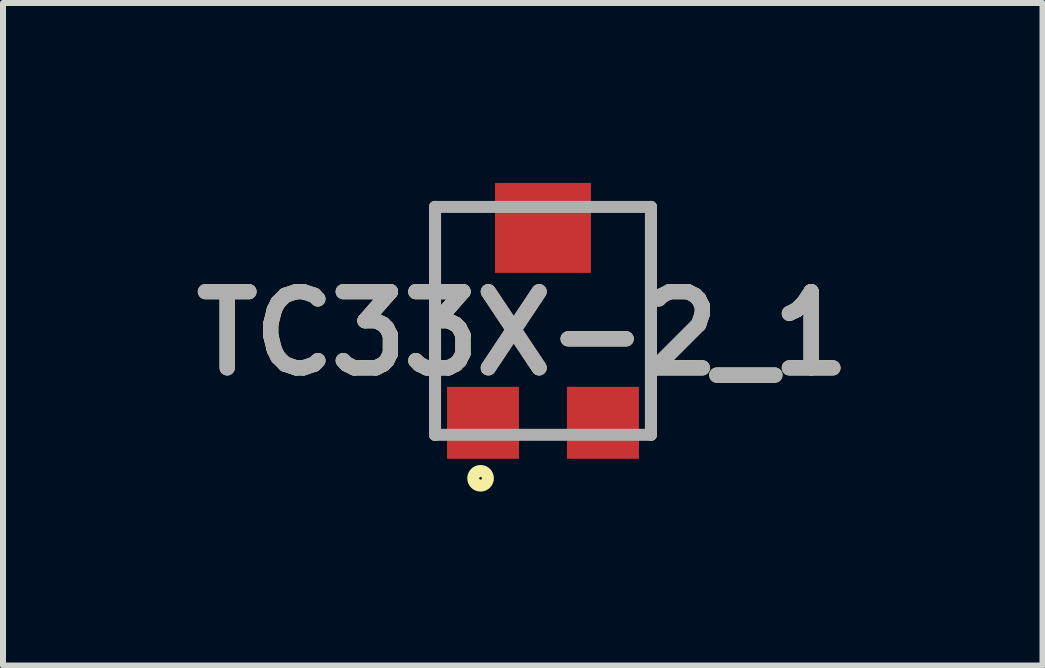
<source format=kicad_pcb>
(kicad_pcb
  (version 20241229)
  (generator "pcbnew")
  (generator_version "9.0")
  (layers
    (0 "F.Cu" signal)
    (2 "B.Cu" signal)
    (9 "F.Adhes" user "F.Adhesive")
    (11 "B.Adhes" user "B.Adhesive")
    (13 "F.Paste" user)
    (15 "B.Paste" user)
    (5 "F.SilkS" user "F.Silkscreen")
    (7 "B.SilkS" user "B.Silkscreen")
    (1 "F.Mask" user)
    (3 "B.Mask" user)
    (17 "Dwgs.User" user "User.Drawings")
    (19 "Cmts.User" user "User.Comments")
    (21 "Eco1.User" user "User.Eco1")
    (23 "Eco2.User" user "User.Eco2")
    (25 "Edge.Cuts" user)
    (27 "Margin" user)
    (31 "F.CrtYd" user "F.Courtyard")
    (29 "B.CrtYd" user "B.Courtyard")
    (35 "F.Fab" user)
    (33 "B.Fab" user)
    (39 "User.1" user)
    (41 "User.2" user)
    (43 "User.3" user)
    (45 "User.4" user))
  (footprint "TC33X-2_1"
    (layer "F.Cu")
    (at 6.004 2.3)
    (property "Reference" "TC33X-2_1" (at -0.337 0.209 0) (layer "F.SilkS") (effects (font (size 1.27 1.27) (thickness 0.254))))
    (attr smd)
    (fp_line (start -1.8 -1.9) (end -1.8 1.9) (stroke (width 0.2) (type solid)) (layer "F.SilkS"))
    (fp_line (start 1.8 1.9) (end 1.8 -1.9) (stroke (width 0.2) (type solid)) (layer "F.SilkS"))
    (fp_circle (center -1.041 2.625) (end -1.041 2.647) (stroke (width 0.2) (type solid)) (fill no) (layer "F.SilkS"))
    (fp_line (start -1.8 -1.9) (end 1.8 -1.9) (stroke (width 0.2) (type solid)) (layer "F.Fab"))
    (fp_line (start -1.8 1.9) (end -1.8 -1.9) (stroke (width 0.2) (type solid)) (layer "F.Fab"))
    (fp_line (start 1.8 -1.9) (end 1.8 1.9) (stroke (width 0.2) (type solid)) (layer "F.Fab"))
    (fp_line (start 1.8 1.9) (end -1.8 1.9) (stroke (width 0.2) (type solid)) (layer "F.Fab"))
    (fp_text user "${REFERENCE}" (at -0.337 0.209 0) (layer "F.Fab") (effects (font (size 1.27 1.27) (thickness 0.254))))
    (pad "1" smd rect (at -1 1.7 90) (size 1.2 1.2) (layers "F.Cu" "F.Mask" "F.Paste"))
    (pad "2" smd rect (at 0 -1.55 90) (size 1.5 1.6) (layers "F.Cu" "F.Mask" "F.Paste"))
    (pad "3" smd rect (at 1 1.7 90) (size 1.2 1.2) (layers "F.Cu" "F.Mask" "F.Paste")))
  (gr_rect
    (start -3 -3)
    (end 14.333 8.047)
    (stroke (width 0.1) (type default))
    (fill no)
    (layer "Edge.Cuts")))
</source>
